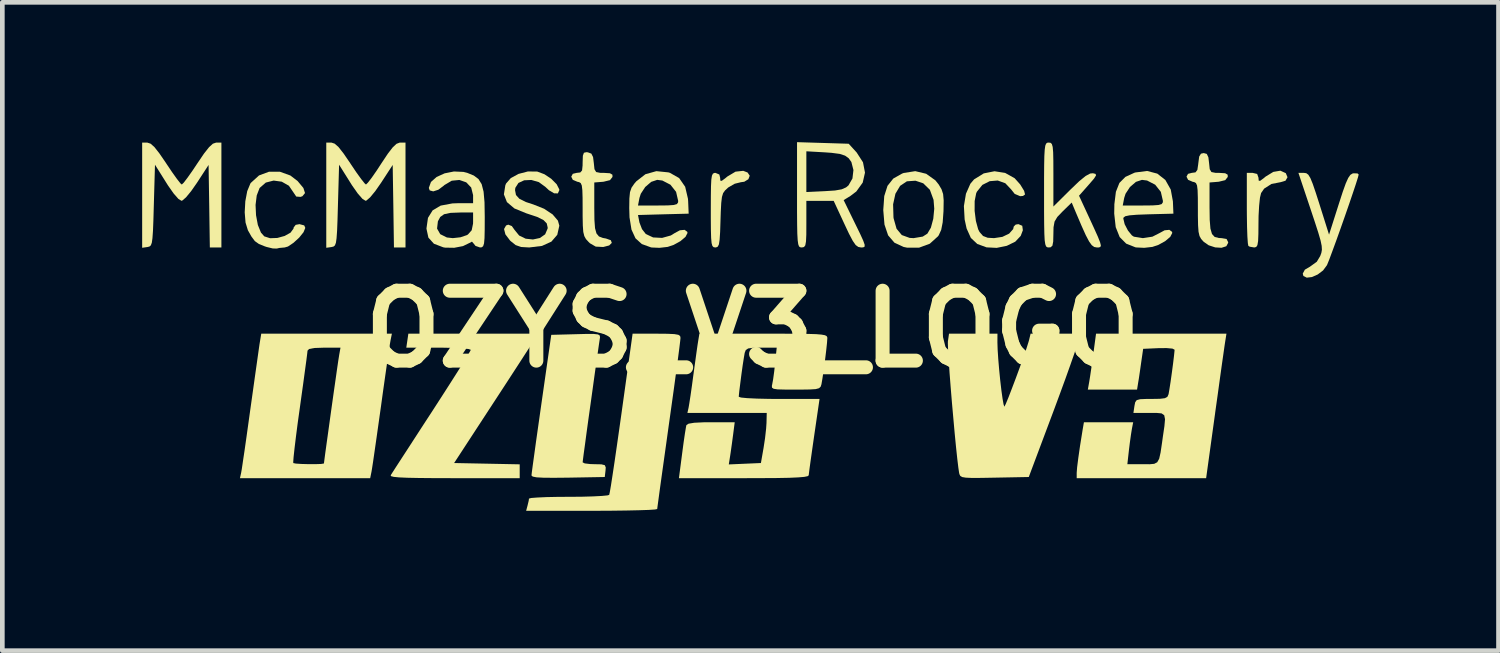
<source format=kicad_pcb>
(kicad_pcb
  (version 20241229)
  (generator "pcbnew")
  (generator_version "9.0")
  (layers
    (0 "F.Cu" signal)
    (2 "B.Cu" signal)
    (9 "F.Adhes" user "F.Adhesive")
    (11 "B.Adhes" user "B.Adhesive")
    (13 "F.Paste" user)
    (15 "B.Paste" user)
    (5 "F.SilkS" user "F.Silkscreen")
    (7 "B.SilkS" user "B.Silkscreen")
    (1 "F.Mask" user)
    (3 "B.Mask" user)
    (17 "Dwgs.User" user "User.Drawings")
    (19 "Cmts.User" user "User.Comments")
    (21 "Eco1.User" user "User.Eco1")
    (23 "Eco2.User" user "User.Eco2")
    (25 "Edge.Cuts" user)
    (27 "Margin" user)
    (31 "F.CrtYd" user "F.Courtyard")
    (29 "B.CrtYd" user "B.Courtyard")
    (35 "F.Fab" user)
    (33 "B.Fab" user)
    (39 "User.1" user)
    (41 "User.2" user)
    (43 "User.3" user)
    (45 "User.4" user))
  (footprint "OZYS_V3_LOGO"
    (layer "F.Cu")
    (at 13.1 4.009)
    (property "Reference" "OZYS_V3_LOGO" (at 0 0 0) (layer "F.SilkS") (effects (font (size 1.5 1.5) (thickness 0.3))))
    (attr board_only exclude_from_pos_files exclude_from_bom)
    (fp_poly (pts (xy 11.436 -3.344) (xy 11.473 -3.257) (xy 11.43 -3.182) (xy 11.323 -3.15) (xy 11.322 -3.15) (xy 11.128 -3.112) (xy 10.972 -3.012) (xy 10.906 -2.917) (xy 10.882 -2.817) (xy 10.864 -2.644) (xy 10.852 -2.427) (xy 10.85 -2.273) (xy 10.848 -2.038) (xy 10.842 -1.886) (xy 10.827 -1.799) (xy 10.801 -1.76) (xy 10.761 -1.75) (xy 10.758 -1.75) (xy 10.663 -1.766) (xy 10.633 -1.783) (xy 10.622 -1.842) (xy 10.612 -1.983) (xy 10.605 -2.188) (xy 10.601 -2.439) (xy 10.6 -2.583) (xy 10.6 -3.35) (xy 10.725 -3.35) (xy 10.822 -3.327) (xy 10.85 -3.247) (xy 10.85 -3.246) (xy 10.855 -3.183) (xy 10.885 -3.179) (xy 10.961 -3.235) (xy 11.004 -3.271) (xy 11.168 -3.371) (xy 11.32 -3.397)) (stroke (width 0) (type solid)) (fill yes) (layer "F.SilkS"))
    (fp_poly (pts (xy -3.407 0.106) (xy -3.32 0.116) (xy -3.283 0.139) (xy -3.277 0.178) (xy -3.282 0.211) (xy -3.297 0.31) (xy -3.322 0.485) (xy -3.356 0.719) (xy -3.395 0.996) (xy -3.437 1.301) (xy -3.481 1.617) (xy -3.525 1.929) (xy -3.565 2.22) (xy -3.599 2.475) (xy -3.627 2.677) (xy -3.644 2.811) (xy -3.65 2.86) (xy -3.605 2.883) (xy -3.49 2.897) (xy -3.397 2.9) (xy -3.248 2.903) (xy -3.175 2.921) (xy -3.154 2.969) (xy -3.159 3.038) (xy -3.175 3.175) (xy -3.962 3.189) (xy -4.272 3.192) (xy -4.494 3.19) (xy -4.64 3.182) (xy -4.72 3.166) (xy -4.747 3.143) (xy -4.747 3.139) (xy -4.74 3.075) (xy -4.72 2.925) (xy -4.689 2.701) (xy -4.65 2.417) (xy -4.603 2.086) (xy -4.551 1.72) (xy -4.534 1.6) (xy -4.323 0.125) (xy -3.793 0.111) (xy -3.558 0.105)) (stroke (width 0) (type solid)) (fill yes) (layer "F.SilkS"))
    (fp_poly (pts (xy -0.111 -3.358) (xy -0.065 -3.289) (xy -0.094 -3.214) (xy -0.182 -3.16) (xy -0.253 -3.15) (xy -0.387 -3.117) (xy -0.524 -3.038) (xy -0.535 -3.029) (xy -0.595 -2.973) (xy -0.636 -2.915) (xy -0.661 -2.833) (xy -0.676 -2.707) (xy -0.686 -2.517) (xy -0.692 -2.329) (xy -0.7 -2.081) (xy -0.711 -1.915) (xy -0.726 -1.816) (xy -0.751 -1.767) (xy -0.787 -1.751) (xy -0.804 -1.75) (xy -0.84 -1.756) (xy -0.866 -1.782) (xy -0.883 -1.843) (xy -0.893 -1.954) (xy -0.898 -2.129) (xy -0.9 -2.382) (xy -0.9 -2.55) (xy -0.899 -2.849) (xy -0.896 -3.063) (xy -0.889 -3.205) (xy -0.876 -3.29) (xy -0.855 -3.333) (xy -0.825 -3.348) (xy -0.8 -3.35) (xy -0.717 -3.315) (xy -0.7 -3.246) (xy -0.695 -3.183) (xy -0.665 -3.179) (xy -0.589 -3.235) (xy -0.546 -3.271) (xy -0.37 -3.376) (xy -0.204 -3.394)) (stroke (width 0) (type solid)) (fill yes) (layer "F.SilkS"))
    (fp_poly (pts (xy -4.754 0.338) (xy -4.822 0.443) (xy -4.935 0.618) (xy -5.085 0.849) (xy -5.263 1.123) (xy -5.46 1.425) (xy -5.656 1.725) (xy -6.407 2.875) (xy -5.704 2.889) (xy -5 2.903) (xy -5 3.051) (xy -5 3.2) (xy -6.403 3.2) (xy -6.828 3.199) (xy -7.162 3.196) (xy -7.413 3.191) (xy -7.59 3.183) (xy -7.703 3.172) (xy -7.759 3.157) (xy -7.769 3.138) (xy -7.768 3.138) (xy -7.732 3.081) (xy -7.649 2.952) (xy -7.525 2.761) (xy -7.367 2.518) (xy -7.183 2.234) (xy -6.979 1.92) (xy -6.89 1.784) (xy -6.682 1.462) (xy -6.492 1.166) (xy -6.328 0.908) (xy -6.196 0.697) (xy -6.103 0.544) (xy -6.055 0.459) (xy -6.05 0.446) (xy -6.097 0.429) (xy -6.227 0.415) (xy -6.424 0.405) (xy -6.67 0.4) (xy -6.741 0.4) (xy -7.433 0.4) (xy -7.411 0.25) (xy -7.389 0.1) (xy -5.996 0.1) (xy -4.604 0.1)) (stroke (width 0) (type solid)) (fill yes) (layer "F.SilkS"))
    (fp_poly (pts (xy 11.876 -3.343) (xy 11.919 -3.311) (xy 11.963 -3.24) (xy 12.014 -3.115) (xy 12.08 -2.922) (xy 12.155 -2.688) (xy 12.364 -2.025) (xy 12.571 -2.675) (xy 12.657 -2.941) (xy 12.723 -3.125) (xy 12.776 -3.242) (xy 12.822 -3.308) (xy 12.869 -3.337) (xy 12.889 -3.341) (xy 12.975 -3.338) (xy 13 -3.315) (xy 12.984 -3.252) (xy 12.94 -3.112) (xy 12.874 -2.914) (xy 12.793 -2.676) (xy 12.702 -2.414) (xy 12.608 -2.147) (xy 12.517 -1.893) (xy 12.435 -1.669) (xy 12.369 -1.492) (xy 12.324 -1.381) (xy 12.318 -1.368) (xy 12.236 -1.257) (xy 12.121 -1.17) (xy 11.996 -1.115) (xy 11.886 -1.102) (xy 11.814 -1.138) (xy 11.8 -1.189) (xy 11.845 -1.273) (xy 11.951 -1.335) (xy 12.101 -1.443) (xy 12.174 -1.565) (xy 12.199 -1.633) (xy 12.211 -1.7) (xy 12.206 -1.784) (xy 12.182 -1.9) (xy 12.134 -2.065) (xy 12.06 -2.294) (xy 11.977 -2.544) (xy 11.707 -3.35) (xy 11.826 -3.35)) (stroke (width 0) (type solid)) (fill yes) (layer "F.SilkS"))
    (fp_poly (pts (xy 5.415 -3.349) (xy 5.619 -3.235) (xy 5.737 -3.103) (xy 5.822 -2.965) (xy 5.842 -2.887) (xy 5.798 -2.855) (xy 5.737 -2.85) (xy 5.62 -2.899) (xy 5.542 -2.997) (xy 5.418 -3.128) (xy 5.256 -3.186) (xy 5.084 -3.172) (xy 4.926 -3.092) (xy 4.809 -2.946) (xy 4.793 -2.91) (xy 4.761 -2.746) (xy 4.76 -2.535) (xy 4.787 -2.319) (xy 4.836 -2.14) (xy 4.866 -2.081) (xy 4.941 -1.996) (xy 5.04 -1.958) (xy 5.176 -1.95) (xy 5.355 -1.977) (xy 5.501 -2.047) (xy 5.587 -2.144) (xy 5.6 -2.2) (xy 5.642 -2.241) (xy 5.7 -2.25) (xy 5.782 -2.215) (xy 5.795 -2.119) (xy 5.749 -1.998) (xy 5.632 -1.874) (xy 5.45 -1.785) (xy 5.234 -1.741) (xy 5.016 -1.752) (xy 5.013 -1.753) (xy 4.817 -1.825) (xy 4.679 -1.955) (xy 4.588 -2.157) (xy 4.546 -2.35) (xy 4.53 -2.638) (xy 4.574 -2.902) (xy 4.669 -3.117) (xy 4.748 -3.21) (xy 4.956 -3.339) (xy 5.187 -3.385)) (stroke (width 0) (type solid)) (fill yes) (layer "F.SilkS"))
    (fp_poly (pts (xy -11.4 -2.875) (xy -11.4 -1.75) (xy -11.524 -1.75) (xy -11.648 -1.75) (xy -11.661 -2.635) (xy -11.675 -3.52) (xy -11.925 -3.136) (xy -12.05 -2.957) (xy -12.159 -2.825) (xy -12.239 -2.756) (xy -12.257 -2.751) (xy -12.323 -2.792) (xy -12.424 -2.907) (xy -12.547 -3.082) (xy -12.582 -3.138) (xy -12.825 -3.525) (xy -12.85 -2.65) (xy -12.859 -2.335) (xy -12.868 -2.107) (xy -12.879 -1.95) (xy -12.893 -1.851) (xy -12.914 -1.795) (xy -12.943 -1.77) (xy -12.982 -1.76) (xy -12.988 -1.759) (xy -13.1 -1.743) (xy -13.1 -2.872) (xy -13.1 -4) (xy -12.988 -3.999) (xy -12.92 -3.977) (xy -12.838 -3.905) (xy -12.731 -3.769) (xy -12.587 -3.559) (xy -12.581 -3.549) (xy -12.458 -3.366) (xy -12.353 -3.219) (xy -12.279 -3.125) (xy -12.25 -3.1) (xy -12.209 -3.139) (xy -12.127 -3.246) (xy -12.017 -3.402) (xy -11.919 -3.549) (xy -11.774 -3.763) (xy -11.665 -3.901) (xy -11.583 -3.976) (xy -11.515 -3.999) (xy -11.512 -3.999) (xy -11.4 -4)) (stroke (width 0) (type solid)) (fill yes) (layer "F.SilkS"))
    (fp_poly (pts (xy -7.45 -2.875) (xy -7.45 -1.75) (xy -7.574 -1.75) (xy -7.698 -1.75) (xy -7.711 -2.635) (xy -7.725 -3.52) (xy -7.975 -3.136) (xy -8.1 -2.957) (xy -8.209 -2.825) (xy -8.289 -2.756) (xy -8.307 -2.751) (xy -8.373 -2.792) (xy -8.474 -2.907) (xy -8.597 -3.082) (xy -8.632 -3.138) (xy -8.875 -3.525) (xy -8.9 -2.65) (xy -8.909 -2.335) (xy -8.918 -2.107) (xy -8.929 -1.95) (xy -8.943 -1.851) (xy -8.964 -1.795) (xy -8.993 -1.77) (xy -9.032 -1.76) (xy -9.037 -1.759) (xy -9.15 -1.743) (xy -9.15 -2.872) (xy -9.15 -4) (xy -9.037 -3.999) (xy -8.97 -3.977) (xy -8.888 -3.905) (xy -8.781 -3.769) (xy -8.637 -3.559) (xy -8.631 -3.549) (xy -8.508 -3.366) (xy -8.402 -3.219) (xy -8.327 -3.125) (xy -8.298 -3.1) (xy -8.257 -3.14) (xy -8.175 -3.246) (xy -8.066 -3.403) (xy -7.97 -3.55) (xy -7.829 -3.762) (xy -7.724 -3.898) (xy -7.644 -3.973) (xy -7.576 -3.999) (xy -7.565 -4) (xy -7.45 -4)) (stroke (width 0) (type solid)) (fill yes) (layer "F.SilkS"))
    (fp_poly (pts (xy -2.064 0.1) (xy -1.832 0.102) (xy -1.682 0.109) (xy -1.596 0.124) (xy -1.558 0.151) (xy -1.55 0.19) (xy -1.557 0.259) (xy -1.576 0.415) (xy -1.606 0.646) (xy -1.646 0.941) (xy -1.693 1.288) (xy -1.747 1.674) (xy -1.8 2.052) (xy -1.857 2.462) (xy -1.91 2.84) (xy -1.957 3.176) (xy -1.996 3.458) (xy -2.025 3.673) (xy -2.044 3.812) (xy -2.05 3.862) (xy -2.098 3.872) (xy -2.233 3.881) (xy -2.443 3.888) (xy -2.715 3.894) (xy -3.037 3.898) (xy -3.396 3.9) (xy -3.456 3.9) (xy -4.862 3.9) (xy -4.832 3.788) (xy -4.807 3.684) (xy -4.801 3.638) (xy -4.753 3.625) (xy -4.622 3.615) (xy -4.423 3.606) (xy -4.173 3.601) (xy -3.953 3.6) (xy -3.672 3.598) (xy -3.428 3.591) (xy -3.236 3.581) (xy -3.115 3.569) (xy -3.08 3.558) (xy -3.067 3.5) (xy -3.042 3.355) (xy -3.008 3.134) (xy -2.965 2.849) (xy -2.916 2.511) (xy -2.862 2.133) (xy -2.816 1.808) (xy -2.578 0.1)) (stroke (width 0) (type solid)) (fill yes) (layer "F.SilkS"))
    (fp_poly (pts (xy 3.72 -3.331) (xy 3.918 -3.19) (xy 3.99 -3.1) (xy 4.05 -2.998) (xy 4.084 -2.896) (xy 4.096 -2.762) (xy 4.093 -2.564) (xy 4.092 -2.525) (xy 4.075 -2.289) (xy 4.043 -2.127) (xy 3.991 -2.013) (xy 3.975 -1.99) (xy 3.798 -1.83) (xy 3.57 -1.746) (xy 3.314 -1.745) (xy 3.236 -1.761) (xy 3.04 -1.852) (xy 2.904 -2.01) (xy 2.826 -2.241) (xy 2.8 -2.552) (xy 2.8 -2.554) (xy 2.809 -2.675) (xy 3.011 -2.675) (xy 3.019 -2.397) (xy 3.023 -2.371) (xy 3.085 -2.152) (xy 3.197 -2.016) (xy 3.366 -1.955) (xy 3.45 -1.95) (xy 3.647 -1.983) (xy 3.746 -2.046) (xy 3.822 -2.175) (xy 3.873 -2.365) (xy 3.894 -2.581) (xy 3.879 -2.771) (xy 3.8 -2.987) (xy 3.658 -3.126) (xy 3.491 -3.182) (xy 3.307 -3.169) (xy 3.162 -3.072) (xy 3.061 -2.903) (xy 3.011 -2.675) (xy 2.809 -2.675) (xy 2.821 -2.852) (xy 2.891 -3.072) (xy 3.015 -3.228) (xy 3.204 -3.335) (xy 3.239 -3.348) (xy 3.487 -3.387)) (stroke (width 0) (type solid)) (fill yes) (layer "F.SilkS"))
    (fp_poly (pts (xy 9.741 -3.757) (xy 9.775 -3.685) (xy 9.79 -3.562) (xy 9.804 -3.429) (xy 9.84 -3.368) (xy 9.925 -3.351) (xy 10.007 -3.35) (xy 10.136 -3.342) (xy 10.189 -3.311) (xy 10.191 -3.263) (xy 10.137 -3.194) (xy 10.002 -3.161) (xy 9.987 -3.159) (xy 9.8 -3.144) (xy 9.8 -2.607) (xy 9.804 -2.338) (xy 9.819 -2.154) (xy 9.853 -2.038) (xy 9.91 -1.976) (xy 9.998 -1.953) (xy 10.06 -1.95) (xy 10.165 -1.932) (xy 10.199 -1.865) (xy 10.2 -1.85) (xy 10.16 -1.776) (xy 10.057 -1.743) (xy 9.922 -1.751) (xy 9.781 -1.797) (xy 9.673 -1.873) (xy 9.62 -1.932) (xy 9.585 -1.996) (xy 9.564 -2.087) (xy 9.554 -2.226) (xy 9.55 -2.433) (xy 9.55 -2.569) (xy 9.549 -2.816) (xy 9.544 -2.98) (xy 9.532 -3.079) (xy 9.509 -3.131) (xy 9.473 -3.152) (xy 9.438 -3.159) (xy 9.34 -3.201) (xy 9.306 -3.269) (xy 9.338 -3.329) (xy 9.418 -3.35) (xy 9.499 -3.361) (xy 9.539 -3.414) (xy 9.557 -3.535) (xy 9.56 -3.562) (xy 9.578 -3.7) (xy 9.616 -3.762) (xy 9.675 -3.775)) (stroke (width 0) (type solid)) (fill yes) (layer "F.SilkS"))
    (fp_poly (pts (xy -9.921 -3.294) (xy -9.766 -3.176) (xy -9.641 -3.026) (xy -9.606 -2.917) (xy -9.662 -2.849) (xy -9.703 -2.835) (xy -9.794 -2.842) (xy -9.851 -2.926) (xy -9.952 -3.074) (xy -10.105 -3.161) (xy -10.279 -3.185) (xy -10.447 -3.142) (xy -10.578 -3.028) (xy -10.582 -3.022) (xy -10.642 -2.866) (xy -10.667 -2.662) (xy -10.657 -2.441) (xy -10.618 -2.233) (xy -10.551 -2.068) (xy -10.48 -1.988) (xy -10.355 -1.948) (xy -10.199 -1.954) (xy -10.043 -1.997) (xy -9.917 -2.067) (xy -9.853 -2.155) (xy -9.85 -2.178) (xy -9.806 -2.235) (xy -9.725 -2.25) (xy -9.623 -2.223) (xy -9.6 -2.17) (xy -9.638 -2.077) (xy -9.732 -1.96) (xy -9.854 -1.849) (xy -9.972 -1.77) (xy -10.041 -1.75) (xy -10.159 -1.739) (xy -10.208 -1.727) (xy -10.295 -1.728) (xy -10.428 -1.76) (xy -10.47 -1.774) (xy -10.596 -1.825) (xy -10.682 -1.886) (xy -10.756 -1.985) (xy -10.832 -2.12) (xy -10.882 -2.284) (xy -10.9 -2.503) (xy -10.887 -2.74) (xy -10.846 -2.958) (xy -10.779 -3.12) (xy -10.769 -3.135) (xy -10.593 -3.295) (xy -10.378 -3.375) (xy -10.146 -3.375)) (stroke (width 0) (type solid)) (fill yes) (layer "F.SilkS"))
    (fp_poly (pts (xy -3.538 -3.791) (xy -3.463 -3.763) (xy -3.426 -3.689) (xy -3.41 -3.562) (xy -3.396 -3.429) (xy -3.36 -3.368) (xy -3.275 -3.351) (xy -3.193 -3.35) (xy -3.064 -3.342) (xy -3.011 -3.311) (xy -3.009 -3.263) (xy -3.063 -3.194) (xy -3.198 -3.161) (xy -3.213 -3.159) (xy -3.4 -3.144) (xy -3.4 -2.603) (xy -3.397 -2.342) (xy -3.384 -2.163) (xy -3.353 -2.051) (xy -3.3 -1.986) (xy -3.216 -1.954) (xy -3.15 -1.942) (xy -3.045 -1.905) (xy -3.024 -1.848) (xy -3.08 -1.793) (xy -3.207 -1.76) (xy -3.212 -1.76) (xy -3.369 -1.768) (xy -3.492 -1.839) (xy -3.524 -1.87) (xy -3.579 -1.93) (xy -3.614 -1.994) (xy -3.636 -2.083) (xy -3.646 -2.219) (xy -3.65 -2.422) (xy -3.65 -2.569) (xy -3.651 -2.816) (xy -3.656 -2.98) (xy -3.668 -3.079) (xy -3.691 -3.131) (xy -3.727 -3.152) (xy -3.762 -3.159) (xy -3.861 -3.201) (xy -3.894 -3.269) (xy -3.861 -3.33) (xy -3.779 -3.35) (xy -3.7 -3.359) (xy -3.662 -3.402) (xy -3.651 -3.508) (xy -3.65 -3.578) (xy -3.645 -3.718) (xy -3.622 -3.782) (xy -3.568 -3.794)) (stroke (width 0) (type solid)) (fill yes) (layer "F.SilkS"))
    (fp_poly (pts (xy 5.249 0.287) (xy 5.254 0.442) (xy 5.267 0.642) (xy 5.286 0.867) (xy 5.309 1.098) (xy 5.334 1.313) (xy 5.359 1.492) (xy 5.381 1.617) (xy 5.398 1.665) (xy 5.4 1.664) (xy 5.43 1.603) (xy 5.486 1.468) (xy 5.558 1.281) (xy 5.641 1.062) (xy 5.726 0.831) (xy 5.805 0.611) (xy 5.871 0.421) (xy 5.915 0.282) (xy 5.928 0.237) (xy 5.961 0.1) (xy 6.486 0.1) (xy 7.011 0.1) (xy 6.979 0.273) (xy 6.953 0.363) (xy 6.897 0.533) (xy 6.814 0.77) (xy 6.711 1.059) (xy 6.591 1.387) (xy 6.46 1.741) (xy 6.434 1.81) (xy 5.922 3.175) (xy 5.187 3.189) (xy 4.902 3.194) (xy 4.702 3.195) (xy 4.571 3.189) (xy 4.493 3.176) (xy 4.453 3.152) (xy 4.435 3.116) (xy 4.428 3.089) (xy 4.411 2.975) (xy 4.388 2.784) (xy 4.361 2.532) (xy 4.332 2.235) (xy 4.303 1.911) (xy 4.273 1.575) (xy 4.246 1.245) (xy 4.222 0.937) (xy 4.204 0.667) (xy 4.191 0.453) (xy 4.186 0.31) (xy 4.187 0.263) (xy 4.211 0.1) (xy 4.731 0.1) (xy 5.25 0.1)) (stroke (width 0) (type solid)) (fill yes) (layer "F.SilkS"))
    (fp_poly (pts (xy -1.812 -3.361) (xy -1.777 -3.351) (xy -1.579 -3.238) (xy -1.45 -3.052) (xy -1.39 -2.795) (xy -1.386 -2.74) (xy -1.375 -2.475) (xy -1.918 -2.461) (xy -2.462 -2.446) (xy -2.431 -2.286) (xy -2.376 -2.143) (xy -2.294 -2.038) (xy -2.138 -1.965) (xy -1.945 -1.955) (xy -1.758 -2.007) (xy -1.68 -2.055) (xy -1.564 -2.118) (xy -1.462 -2.128) (xy -1.404 -2.085) (xy -1.4 -2.06) (xy -1.443 -1.977) (xy -1.552 -1.885) (xy -1.697 -1.805) (xy -1.825 -1.762) (xy -2 -1.742) (xy -2.167 -1.749) (xy -2.187 -1.753) (xy -2.38 -1.823) (xy -2.516 -1.946) (xy -2.602 -2.133) (xy -2.644 -2.395) (xy -2.65 -2.596) (xy -2.649 -2.65) (xy -2.462 -2.65) (xy -2.031 -2.65) (xy -1.823 -2.652) (xy -1.695 -2.661) (xy -1.628 -2.68) (xy -1.603 -2.715) (xy -1.6 -2.748) (xy -1.645 -2.943) (xy -1.766 -3.096) (xy -1.94 -3.186) (xy -2.05 -3.2) (xy -2.179 -3.157) (xy -2.307 -3.047) (xy -2.402 -2.902) (xy -2.431 -2.812) (xy -2.462 -2.65) (xy -2.649 -2.65) (xy -2.647 -2.801) (xy -2.634 -2.936) (xy -2.601 -3.032) (xy -2.541 -3.119) (xy -2.498 -3.169) (xy -2.303 -3.321) (xy -2.068 -3.387)) (stroke (width 0) (type solid)) (fill yes) (layer "F.SilkS"))
    (fp_poly (pts (xy 8.679 -3.334) (xy 8.852 -3.198) (xy 8.968 -2.992) (xy 9.014 -2.74) (xy 9.025 -2.475) (xy 8.488 -2.461) (xy 8.244 -2.452) (xy 8.084 -2.439) (xy 7.993 -2.42) (xy 7.955 -2.391) (xy 7.95 -2.371) (xy 7.979 -2.249) (xy 8.049 -2.114) (xy 8.134 -2.009) (xy 8.177 -1.981) (xy 8.37 -1.95) (xy 8.574 -1.981) (xy 8.72 -2.055) (xy 8.836 -2.118) (xy 8.938 -2.128) (xy 8.996 -2.085) (xy 9 -2.06) (xy 8.957 -1.977) (xy 8.848 -1.885) (xy 8.703 -1.805) (xy 8.575 -1.762) (xy 8.399 -1.742) (xy 8.231 -1.75) (xy 8.21 -1.753) (xy 8.012 -1.832) (xy 7.872 -1.973) (xy 7.787 -2.186) (xy 7.755 -2.476) (xy 7.758 -2.65) (xy 7.938 -2.65) (xy 8.369 -2.65) (xy 8.577 -2.652) (xy 8.705 -2.661) (xy 8.772 -2.68) (xy 8.797 -2.715) (xy 8.8 -2.748) (xy 8.755 -2.943) (xy 8.634 -3.096) (xy 8.46 -3.186) (xy 8.35 -3.2) (xy 8.221 -3.157) (xy 8.093 -3.047) (xy 7.998 -2.902) (xy 7.969 -2.812) (xy 7.938 -2.65) (xy 7.758 -2.65) (xy 7.758 -2.676) (xy 7.791 -2.944) (xy 7.866 -3.134) (xy 7.995 -3.264) (xy 8.189 -3.353) (xy 8.21 -3.359) (xy 8.461 -3.391)) (stroke (width 0) (type solid)) (fill yes) (layer "F.SilkS"))
    (fp_poly (pts (xy 1.504 -3.992) (xy 2.058 -3.975) (xy 2.229 -3.788) (xy 2.365 -3.577) (xy 2.408 -3.355) (xy 2.359 -3.141) (xy 2.222 -2.951) (xy 2.094 -2.854) (xy 1.95 -2.766) (xy 2.198 -2.258) (xy 2.305 -2.039) (xy 2.371 -1.894) (xy 2.401 -1.808) (xy 2.399 -1.766) (xy 2.367 -1.751) (xy 2.323 -1.75) (xy 2.264 -1.761) (xy 2.208 -1.802) (xy 2.146 -1.891) (xy 2.066 -2.042) (xy 1.968 -2.25) (xy 1.736 -2.75) (xy 1.443 -2.75) (xy 1.15 -2.75) (xy 1.15 -2.25) (xy 1.149 -2.022) (xy 1.142 -1.877) (xy 1.127 -1.795) (xy 1.099 -1.759) (xy 1.055 -1.75) (xy 1.05 -1.75) (xy 1.018 -1.754) (xy 0.993 -1.772) (xy 0.976 -1.819) (xy 0.964 -1.904) (xy 0.956 -2.042) (xy 0.952 -2.243) (xy 0.95 -2.52) (xy 0.95 -2.879) (xy 0.95 -3.376) (xy 1.15 -3.376) (xy 1.15 -2.939) (xy 1.549 -2.958) (xy 1.765 -2.972) (xy 1.907 -2.997) (xy 2.001 -3.038) (xy 2.054 -3.082) (xy 2.139 -3.23) (xy 2.16 -3.411) (xy 2.116 -3.583) (xy 2.058 -3.664) (xy 1.98 -3.72) (xy 1.866 -3.757) (xy 1.691 -3.78) (xy 1.553 -3.79) (xy 1.15 -3.813) (xy 1.15 -3.376) (xy 0.95 -3.376) (xy 0.95 -4.009)) (stroke (width 0) (type solid)) (fill yes) (layer "F.SilkS"))
    (fp_poly (pts (xy -4.629 -3.379) (xy -4.62 -3.377) (xy -4.47 -3.321) (xy -4.323 -3.223) (xy -4.207 -3.106) (xy -4.151 -2.996) (xy -4.15 -2.979) (xy -4.181 -2.91) (xy -4.261 -2.911) (xy -4.372 -2.977) (xy -4.45 -3.05) (xy -4.59 -3.152) (xy -4.75 -3.198) (xy -4.904 -3.191) (xy -5.027 -3.134) (xy -5.094 -3.029) (xy -5.1 -2.979) (xy -5.08 -2.875) (xy -5.008 -2.795) (xy -4.868 -2.725) (xy -4.709 -2.673) (xy -4.476 -2.58) (xy -4.294 -2.459) (xy -4.18 -2.325) (xy -4.15 -2.217) (xy -4.194 -2.021) (xy -4.32 -1.875) (xy -4.522 -1.783) (xy -4.794 -1.75) (xy -4.801 -1.75) (xy -4.971 -1.76) (xy -5.088 -1.801) (xy -5.197 -1.889) (xy -5.208 -1.9) (xy -5.307 -2.031) (xy -5.336 -2.145) (xy -5.293 -2.221) (xy -5.246 -2.239) (xy -5.169 -2.209) (xy -5.11 -2.126) (xy -5.012 -2.006) (xy -4.872 -1.938) (xy -4.716 -1.921) (xy -4.567 -1.953) (xy -4.454 -2.032) (xy -4.401 -2.156) (xy -4.4 -2.179) (xy -4.42 -2.266) (xy -4.489 -2.337) (xy -4.623 -2.404) (xy -4.839 -2.476) (xy -4.86 -2.483) (xy -5.114 -2.587) (xy -5.274 -2.723) (xy -5.339 -2.888) (xy -5.309 -3.081) (xy -5.293 -3.121) (xy -5.191 -3.238) (xy -5.025 -3.328) (xy -4.826 -3.38)) (stroke (width 0) (type solid)) (fill yes) (layer "F.SilkS"))
    (fp_poly (pts (xy 6.39 -3.995) (xy 6.417 -3.969) (xy 6.435 -3.906) (xy 6.445 -3.791) (xy 6.449 -3.609) (xy 6.45 -3.345) (xy 6.45 -3.314) (xy 6.45 -2.628) (xy 6.818 -2.993) (xy 7.005 -3.172) (xy 7.141 -3.283) (xy 7.239 -3.336) (xy 7.298 -3.342) (xy 7.355 -3.328) (xy 7.365 -3.296) (xy 7.323 -3.229) (xy 7.22 -3.109) (xy 7.205 -3.092) (xy 7 -2.86) (xy 7.205 -2.417) (xy 7.324 -2.159) (xy 7.406 -1.977) (xy 7.452 -1.86) (xy 7.469 -1.792) (xy 7.457 -1.76) (xy 7.423 -1.75) (xy 7.381 -1.75) (xy 7.326 -1.76) (xy 7.273 -1.799) (xy 7.215 -1.88) (xy 7.144 -2.015) (xy 7.053 -2.217) (xy 6.933 -2.498) (xy 6.922 -2.524) (xy 6.843 -2.713) (xy 6.647 -2.522) (xy 6.534 -2.404) (xy 6.475 -2.305) (xy 6.453 -2.183) (xy 6.45 -2.04) (xy 6.446 -1.876) (xy 6.429 -1.788) (xy 6.391 -1.754) (xy 6.35 -1.75) (xy 6.318 -1.754) (xy 6.293 -1.773) (xy 6.276 -1.819) (xy 6.263 -1.905) (xy 6.256 -2.043) (xy 6.252 -2.244) (xy 6.25 -2.522) (xy 6.25 -2.875) (xy 6.25 -3.238) (xy 6.252 -3.513) (xy 6.256 -3.713) (xy 6.264 -3.849) (xy 6.276 -3.933) (xy 6.294 -3.978) (xy 6.319 -3.997) (xy 6.35 -4)) (stroke (width 0) (type solid)) (fill yes) (layer "F.SilkS"))
    (fp_poly (pts (xy -6.208 -3.371) (xy -6.127 -3.351) (xy -5.985 -3.293) (xy -5.884 -3.217) (xy -5.816 -3.107) (xy -5.775 -2.947) (xy -5.755 -2.72) (xy -5.75 -2.41) (xy -5.75 -2.393) (xy -5.751 -2.13) (xy -5.755 -1.95) (xy -5.765 -1.838) (xy -5.784 -1.778) (xy -5.813 -1.754) (xy -5.852 -1.75) (xy -5.948 -1.783) (xy -5.982 -1.826) (xy -6.024 -1.875) (xy -6.079 -1.846) (xy -6.217 -1.779) (xy -6.405 -1.743) (xy -6.599 -1.746) (xy -6.64 -1.753) (xy -6.841 -1.83) (xy -6.959 -1.961) (xy -7 -2.15) (xy -7 -2.155) (xy -6.773 -2.155) (xy -6.705 -2.035) (xy -6.562 -1.964) (xy -6.435 -1.95) (xy -6.272 -1.968) (xy -6.135 -2.014) (xy -6.111 -2.028) (xy -6.03 -2.119) (xy -6.001 -2.261) (xy -6 -2.303) (xy -6 -2.5) (xy -6.271 -2.5) (xy -6.484 -2.492) (xy -6.622 -2.463) (xy -6.705 -2.404) (xy -6.755 -2.311) (xy -6.773 -2.155) (xy -7 -2.155) (xy -7 -2.161) (xy -6.968 -2.385) (xy -6.868 -2.546) (xy -6.695 -2.648) (xy -6.443 -2.695) (xy -6.302 -2.7) (xy -6 -2.7) (xy -6 -2.872) (xy -6.041 -3.036) (xy -6.147 -3.147) (xy -6.294 -3.198) (xy -6.458 -3.182) (xy -6.615 -3.089) (xy -6.63 -3.075) (xy -6.746 -2.988) (xy -6.855 -2.953) (xy -6.931 -2.974) (xy -6.95 -3.027) (xy -6.904 -3.155) (xy -6.783 -3.262) (xy -6.611 -3.34) (xy -6.411 -3.38)) (stroke (width 0) (type solid)) (fill yes) (layer "F.SilkS"))
    (fp_poly (pts (xy -7.77 0.237) (xy -7.785 0.323) (xy -7.811 0.494) (xy -7.846 0.733) (xy -7.888 1.026) (xy -7.935 1.358) (xy -7.975 1.65) (xy -8.025 2.003) (xy -8.071 2.329) (xy -8.112 2.614) (xy -8.145 2.842) (xy -8.169 2.998) (xy -8.18 3.062) (xy -8.208 3.2) (xy -9.605 3.2) (xy -11.002 3.2) (xy -10.977 3.087) (xy -10.963 3.009) (xy -10.94 2.853) (xy -9.859 2.853) (xy -9.857 2.876) (xy -9.802 2.887) (xy -9.682 2.895) (xy -9.531 2.899) (xy -9.379 2.899) (xy -9.259 2.895) (xy -9.201 2.885) (xy -9.2 2.883) (xy -9.193 2.827) (xy -9.175 2.688) (xy -9.147 2.485) (xy -9.112 2.234) (xy -9.073 1.952) (xy -9.032 1.657) (xy -8.991 1.365) (xy -8.952 1.094) (xy -8.919 0.861) (xy -8.893 0.683) (xy -8.876 0.577) (xy -8.874 0.562) (xy -8.845 0.4) (xy -9.198 0.4) (xy -9.403 0.407) (xy -9.518 0.428) (xy -9.552 0.463) (xy -9.559 0.528) (xy -9.578 0.678) (xy -9.608 0.897) (xy -9.645 1.172) (xy -9.689 1.487) (xy -9.717 1.689) (xy -9.763 2.018) (xy -9.801 2.313) (xy -9.831 2.56) (xy -9.851 2.745) (xy -9.859 2.853) (xy -10.94 2.853) (xy -10.939 2.845) (xy -10.904 2.612) (xy -10.863 2.324) (xy -10.817 1.995) (xy -10.776 1.7) (xy -10.726 1.345) (xy -10.68 1.016) (xy -10.639 0.727) (xy -10.606 0.493) (xy -10.583 0.331) (xy -10.572 0.263) (xy -10.545 0.1) (xy -9.144 0.1) (xy -7.742 0.1)) (stroke (width 0) (type solid)) (fill yes) (layer "F.SilkS"))
    (fp_poly (pts (xy 10.137 0.263) (xy 10.123 0.354) (xy 10.098 0.53) (xy 10.063 0.775) (xy 10.021 1.076) (xy 9.974 1.418) (xy 9.922 1.787) (xy 9.919 1.812) (xy 9.727 3.2) (xy 8.338 3.2) (xy 6.95 3.2) (xy 6.95 3.087) (xy 6.959 2.968) (xy 6.984 2.77) (xy 7.021 2.512) (xy 7.069 2.213) (xy 7.077 2.163) (xy 7.105 2) (xy 7.634 2) (xy 8.162 2) (xy 8.135 2.138) (xy 8.115 2.262) (xy 8.09 2.441) (xy 8.072 2.587) (xy 8.037 2.9) (xy 8.368 2.9) (xy 8.514 2.901) (xy 8.614 2.892) (xy 8.678 2.858) (xy 8.72 2.782) (xy 8.75 2.648) (xy 8.781 2.439) (xy 8.798 2.315) (xy 8.832 2.084) (xy 8.845 1.935) (xy 8.828 1.85) (xy 8.771 1.81) (xy 8.665 1.8) (xy 8.509 1.8) (xy 8.167 1.8) (xy 8.189 1.65) (xy 8.205 1.571) (xy 8.237 1.526) (xy 8.31 1.506) (xy 8.446 1.5) (xy 8.555 1.5) (xy 8.737 1.497) (xy 8.843 1.484) (xy 8.897 1.453) (xy 8.921 1.398) (xy 8.923 1.387) (xy 8.94 1.288) (xy 8.965 1.127) (xy 8.992 0.934) (xy 9.018 0.738) (xy 9.038 0.571) (xy 9.049 0.463) (xy 9.05 0.444) (xy 9.004 0.42) (xy 8.879 0.409) (xy 8.713 0.41) (xy 8.376 0.425) (xy 8.336 0.7) (xy 8.309 0.89) (xy 8.283 1.066) (xy 8.271 1.137) (xy 8.245 1.3) (xy 7.717 1.3) (xy 7.189 1.3) (xy 7.218 1.137) (xy 7.238 1.013) (xy 7.266 0.824) (xy 7.296 0.605) (xy 7.306 0.537) (xy 7.365 0.1) (xy 8.764 0.1) (xy 10.163 0.1)) (stroke (width 0) (type solid)) (fill yes) (layer "F.SilkS"))
    (fp_poly (pts (xy 0.633 0.1) (xy 0.95 0.102) (xy 1.189 0.105) (xy 1.361 0.11) (xy 1.477 0.12) (xy 1.548 0.133) (xy 1.584 0.151) (xy 1.598 0.175) (xy 1.6 0.196) (xy 1.593 0.298) (xy 1.575 0.466) (xy 1.55 0.671) (xy 1.522 0.88) (xy 1.495 1.061) (xy 1.474 1.184) (xy 1.473 1.188) (xy 1.457 1.237) (xy 1.422 1.27) (xy 1.351 1.289) (xy 1.225 1.297) (xy 1.024 1.3) (xy 0.919 1.3) (xy 0.684 1.299) (xy 0.533 1.295) (xy 0.448 1.282) (xy 0.413 1.258) (xy 0.41 1.219) (xy 0.417 1.188) (xy 0.437 1.08) (xy 0.46 0.912) (xy 0.479 0.738) (xy 0.514 0.4) (xy 0.183 0.4) (xy 0.004 0.403) (xy -0.098 0.417) (xy -0.149 0.45) (xy -0.172 0.509) (xy -0.173 0.512) (xy -0.19 0.611) (xy -0.215 0.771) (xy -0.242 0.964) (xy -0.267 1.159) (xy -0.288 1.325) (xy -0.299 1.434) (xy -0.3 1.454) (xy -0.252 1.47) (xy -0.118 1.483) (xy 0.089 1.493) (xy 0.354 1.499) (xy 0.566 1.5) (xy 1.433 1.5) (xy 1.318 2.288) (xy 1.279 2.56) (xy 1.245 2.8) (xy 1.219 2.988) (xy 1.204 3.107) (xy 1.201 3.138) (xy 1.179 3.157) (xy 1.107 3.172) (xy 0.978 3.183) (xy 0.781 3.192) (xy 0.509 3.197) (xy 0.152 3.199) (xy -0.192 3.2) (xy -1.584 3.2) (xy -1.514 2.663) (xy -1.484 2.437) (xy -1.456 2.245) (xy -1.434 2.112) (xy -1.424 2.062) (xy -1.377 2.031) (xy -1.256 2.011) (xy -1.05 2.001) (xy -0.895 2) (xy -0.387 2) (xy -0.421 2.263) (xy -0.447 2.458) (xy -0.474 2.649) (xy -0.484 2.715) (xy -0.514 2.905) (xy -0.169 2.89) (xy 0.175 2.875) (xy 0.232 2.55) (xy 0.264 2.34) (xy 0.287 2.134) (xy 0.295 2.013) (xy 0.3 1.8) (xy -0.551 1.8) (xy -1.402 1.8) (xy -1.377 1.688) (xy -1.361 1.594) (xy -1.335 1.426) (xy -1.304 1.209) (xy -1.276 1) (xy -1.242 0.754) (xy -1.211 0.529) (xy -1.186 0.352) (xy -1.172 0.263) (xy -1.145 0.1) (xy 0.227 0.1)) (stroke (width 0) (type solid)) (fill yes) (layer "F.SilkS")))
  (gr_rect
    (start -3 -3)
    (end 29.1 10.909)
    (stroke (width 0.1) (type default))
    (fill no)
    (layer "Edge.Cuts")))
</source>
